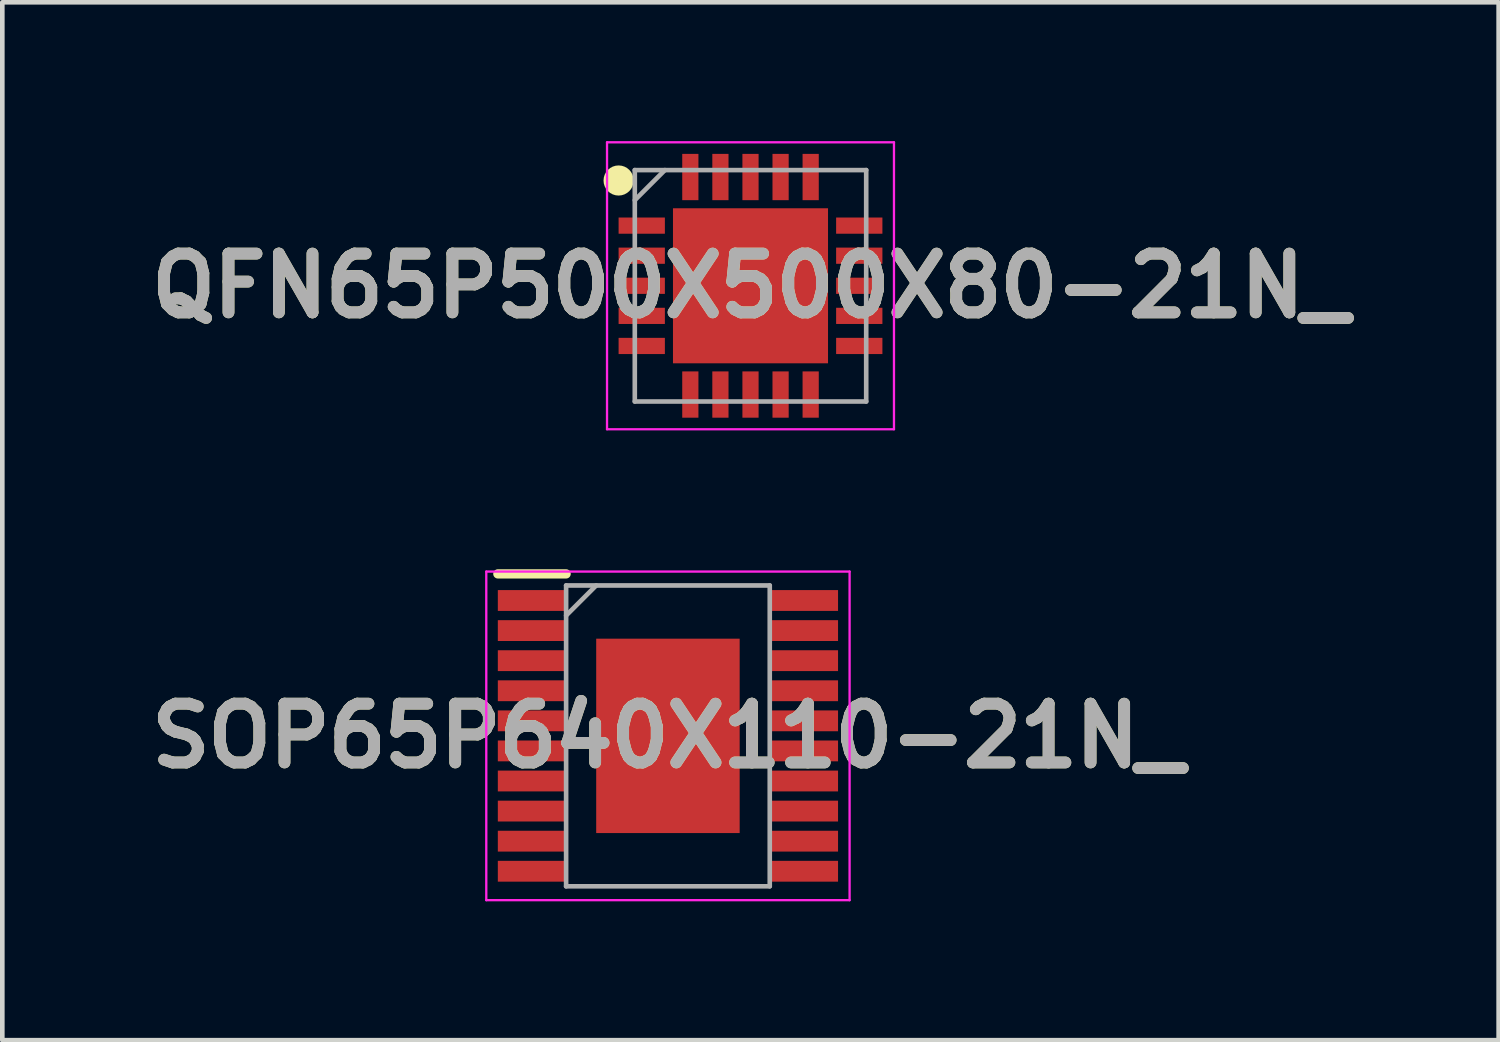
<source format=kicad_pcb>
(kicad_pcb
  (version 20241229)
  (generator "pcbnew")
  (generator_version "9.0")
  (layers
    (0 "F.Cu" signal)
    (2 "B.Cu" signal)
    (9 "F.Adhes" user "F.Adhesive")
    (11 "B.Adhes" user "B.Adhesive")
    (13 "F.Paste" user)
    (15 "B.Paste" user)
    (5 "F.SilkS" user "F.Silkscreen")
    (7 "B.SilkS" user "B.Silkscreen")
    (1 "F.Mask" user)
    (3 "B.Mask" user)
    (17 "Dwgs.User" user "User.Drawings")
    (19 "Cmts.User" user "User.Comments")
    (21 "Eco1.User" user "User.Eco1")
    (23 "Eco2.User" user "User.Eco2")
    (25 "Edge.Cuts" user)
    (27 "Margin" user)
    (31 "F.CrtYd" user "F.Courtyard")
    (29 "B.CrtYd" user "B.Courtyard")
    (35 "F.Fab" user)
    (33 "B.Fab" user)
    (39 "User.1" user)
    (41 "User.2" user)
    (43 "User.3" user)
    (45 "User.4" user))
  (footprint "QFN65P500X500X80-21N_"
    (layer "F.Cu")
    (at 13.166 3.125)
    (property "Reference" "QFN65P500X500X80-21N_" (at 0 0 0) (layer "F.SilkS") (effects (font (size 1.27 1.27) (thickness 0.254))))
    (attr smd)
    (fp_circle (center -2.85 -2.275) (end -2.85 -2.112) (stroke (width 0.325) (type solid)) (fill no) (layer "F.SilkS"))
    (fp_line (start -3.1 -3.1) (end 3.1 -3.1) (stroke (width 0.05) (type solid)) (layer "F.CrtYd"))
    (fp_line (start -3.1 3.1) (end -3.1 -3.1) (stroke (width 0.05) (type solid)) (layer "F.CrtYd"))
    (fp_line (start 3.1 -3.1) (end 3.1 3.1) (stroke (width 0.05) (type solid)) (layer "F.CrtYd"))
    (fp_line (start 3.1 3.1) (end -3.1 3.1) (stroke (width 0.05) (type solid)) (layer "F.CrtYd"))
    (fp_line (start -2.5 -2.5) (end 2.5 -2.5) (stroke (width 0.1) (type solid)) (layer "F.Fab"))
    (fp_line (start -2.5 -1.85) (end -1.85 -2.5) (stroke (width 0.1) (type solid)) (layer "F.Fab"))
    (fp_line (start -2.5 2.5) (end -2.5 -2.5) (stroke (width 0.1) (type solid)) (layer "F.Fab"))
    (fp_line (start 2.5 -2.5) (end 2.5 2.5) (stroke (width 0.1) (type solid)) (layer "F.Fab"))
    (fp_line (start 2.5 2.5) (end -2.5 2.5) (stroke (width 0.1) (type solid)) (layer "F.Fab"))
    (fp_text user "${REFERENCE}" (at 0 0 0) (layer "F.Fab") (effects (font (size 1.27 1.27) (thickness 0.254))))
    (pad "1" smd rect (at -2.35 -1.3 90) (size 0.35 1) (layers "F.Cu" "F.Mask" "F.Paste"))
    (pad "2" smd rect (at -2.35 -0.65 90) (size 0.35 1) (layers "F.Cu" "F.Mask" "F.Paste"))
    (pad "3" smd rect (at -2.35 0 90) (size 0.35 1) (layers "F.Cu" "F.Mask" "F.Paste"))
    (pad "4" smd rect (at -2.35 0.65 90) (size 0.35 1) (layers "F.Cu" "F.Mask" "F.Paste"))
    (pad "5" smd rect (at -2.35 1.3 90) (size 0.35 1) (layers "F.Cu" "F.Mask" "F.Paste"))
    (pad "6" smd rect (at -1.3 2.35) (size 0.35 1) (layers "F.Cu" "F.Mask" "F.Paste"))
    (pad "7" smd rect (at -0.65 2.35) (size 0.35 1) (layers "F.Cu" "F.Mask" "F.Paste"))
    (pad "8" smd rect (at 0 2.35) (size 0.35 1) (layers "F.Cu" "F.Mask" "F.Paste"))
    (pad "9" smd rect (at 0.65 2.35) (size 0.35 1) (layers "F.Cu" "F.Mask" "F.Paste"))
    (pad "10" smd rect (at 1.3 2.35) (size 0.35 1) (layers "F.Cu" "F.Mask" "F.Paste"))
    (pad "11" smd rect (at 2.35 1.3 90) (size 0.35 1) (layers "F.Cu" "F.Mask" "F.Paste"))
    (pad "12" smd rect (at 2.35 0.65 90) (size 0.35 1) (layers "F.Cu" "F.Mask" "F.Paste"))
    (pad "13" smd rect (at 2.35 0 90) (size 0.35 1) (layers "F.Cu" "F.Mask" "F.Paste"))
    (pad "14" smd rect (at 2.35 -0.65 90) (size 0.35 1) (layers "F.Cu" "F.Mask" "F.Paste"))
    (pad "15" smd rect (at 2.35 -1.3 90) (size 0.35 1) (layers "F.Cu" "F.Mask" "F.Paste"))
    (pad "16" smd rect (at 1.3 -2.35) (size 0.35 1) (layers "F.Cu" "F.Mask" "F.Paste"))
    (pad "17" smd rect (at 0.65 -2.35) (size 0.35 1) (layers "F.Cu" "F.Mask" "F.Paste"))
    (pad "18" smd rect (at 0 -2.35) (size 0.35 1) (layers "F.Cu" "F.Mask" "F.Paste"))
    (pad "19" smd rect (at -0.65 -2.35) (size 0.35 1) (layers "F.Cu" "F.Mask" "F.Paste"))
    (pad "20" smd rect (at -1.3 -2.35) (size 0.35 1) (layers "F.Cu" "F.Mask" "F.Paste"))
    (pad "21" smd rect (at 0 0) (size 3.35 3.35) (layers "F.Cu" "F.Mask" "F.Paste")))
  (footprint "SOP65P640X110-21N_"
    (layer "F.Cu")
    (at 11.382 12.85)
    (property "Reference" "SOP65P640X110-21N_" (at 0 0 0) (layer "F.SilkS") (effects (font (size 1.27 1.27) (thickness 0.254))))
    (attr smd)
    (fp_line (start -3.675 -3.5) (end -2.2 -3.5) (stroke (width 0.2) (type solid)) (layer "F.SilkS"))
    (fp_line (start -3.925 -3.55) (end 3.925 -3.55) (stroke (width 0.05) (type solid)) (layer "F.CrtYd"))
    (fp_line (start -3.925 3.55) (end -3.925 -3.55) (stroke (width 0.05) (type solid)) (layer "F.CrtYd"))
    (fp_line (start 3.925 -3.55) (end 3.925 3.55) (stroke (width 0.05) (type solid)) (layer "F.CrtYd"))
    (fp_line (start 3.925 3.55) (end -3.925 3.55) (stroke (width 0.05) (type solid)) (layer "F.CrtYd"))
    (fp_line (start -2.2 -3.25) (end 2.2 -3.25) (stroke (width 0.1) (type solid)) (layer "F.Fab"))
    (fp_line (start -2.2 -2.6) (end -1.55 -3.25) (stroke (width 0.1) (type solid)) (layer "F.Fab"))
    (fp_line (start -2.2 3.25) (end -2.2 -3.25) (stroke (width 0.1) (type solid)) (layer "F.Fab"))
    (fp_line (start 2.2 -3.25) (end 2.2 3.25) (stroke (width 0.1) (type solid)) (layer "F.Fab"))
    (fp_line (start 2.2 3.25) (end -2.2 3.25) (stroke (width 0.1) (type solid)) (layer "F.Fab"))
    (fp_text user "${REFERENCE}" (at 0 0 0) (layer "F.Fab") (effects (font (size 1.27 1.27) (thickness 0.254))))
    (pad "1" smd rect (at -2.938 -2.925 90) (size 0.45 1.475) (layers "F.Cu" "F.Mask" "F.Paste"))
    (pad "2" smd rect (at -2.938 -2.275 90) (size 0.45 1.475) (layers "F.Cu" "F.Mask" "F.Paste"))
    (pad "3" smd rect (at -2.938 -1.625 90) (size 0.45 1.475) (layers "F.Cu" "F.Mask" "F.Paste"))
    (pad "4" smd rect (at -2.938 -0.975 90) (size 0.45 1.475) (layers "F.Cu" "F.Mask" "F.Paste"))
    (pad "5" smd rect (at -2.938 -0.325 90) (size 0.45 1.475) (layers "F.Cu" "F.Mask" "F.Paste"))
    (pad "6" smd rect (at -2.938 0.325 90) (size 0.45 1.475) (layers "F.Cu" "F.Mask" "F.Paste"))
    (pad "7" smd rect (at -2.938 0.975 90) (size 0.45 1.475) (layers "F.Cu" "F.Mask" "F.Paste"))
    (pad "8" smd rect (at -2.938 1.625 90) (size 0.45 1.475) (layers "F.Cu" "F.Mask" "F.Paste"))
    (pad "9" smd rect (at -2.938 2.275 90) (size 0.45 1.475) (layers "F.Cu" "F.Mask" "F.Paste"))
    (pad "10" smd rect (at -2.938 2.925 90) (size 0.45 1.475) (layers "F.Cu" "F.Mask" "F.Paste"))
    (pad "11" smd rect (at 2.938 2.925 90) (size 0.45 1.475) (layers "F.Cu" "F.Mask" "F.Paste"))
    (pad "12" smd rect (at 2.938 2.275 90) (size 0.45 1.475) (layers "F.Cu" "F.Mask" "F.Paste"))
    (pad "13" smd rect (at 2.938 1.625 90) (size 0.45 1.475) (layers "F.Cu" "F.Mask" "F.Paste"))
    (pad "14" smd rect (at 2.938 0.975 90) (size 0.45 1.475) (layers "F.Cu" "F.Mask" "F.Paste"))
    (pad "15" smd rect (at 2.938 0.325 90) (size 0.45 1.475) (layers "F.Cu" "F.Mask" "F.Paste"))
    (pad "16" smd rect (at 2.938 -0.325 90) (size 0.45 1.475) (layers "F.Cu" "F.Mask" "F.Paste"))
    (pad "17" smd rect (at 2.938 -0.975 90) (size 0.45 1.475) (layers "F.Cu" "F.Mask" "F.Paste"))
    (pad "18" smd rect (at 2.938 -1.625 90) (size 0.45 1.475) (layers "F.Cu" "F.Mask" "F.Paste"))
    (pad "19" smd rect (at 2.938 -2.275 90) (size 0.45 1.475) (layers "F.Cu" "F.Mask" "F.Paste"))
    (pad "20" smd rect (at 2.938 -2.925 90) (size 0.45 1.475) (layers "F.Cu" "F.Mask" "F.Paste"))
    (pad "21" smd rect (at 0 0) (size 3.1 4.2) (layers "F.Cu" "F.Mask" "F.Paste")))
  (gr_rect
    (start -3 -3)
    (end 29.331 19.425)
    (stroke (width 0.1) (type default))
    (fill no)
    (layer "Edge.Cuts")))
</source>
